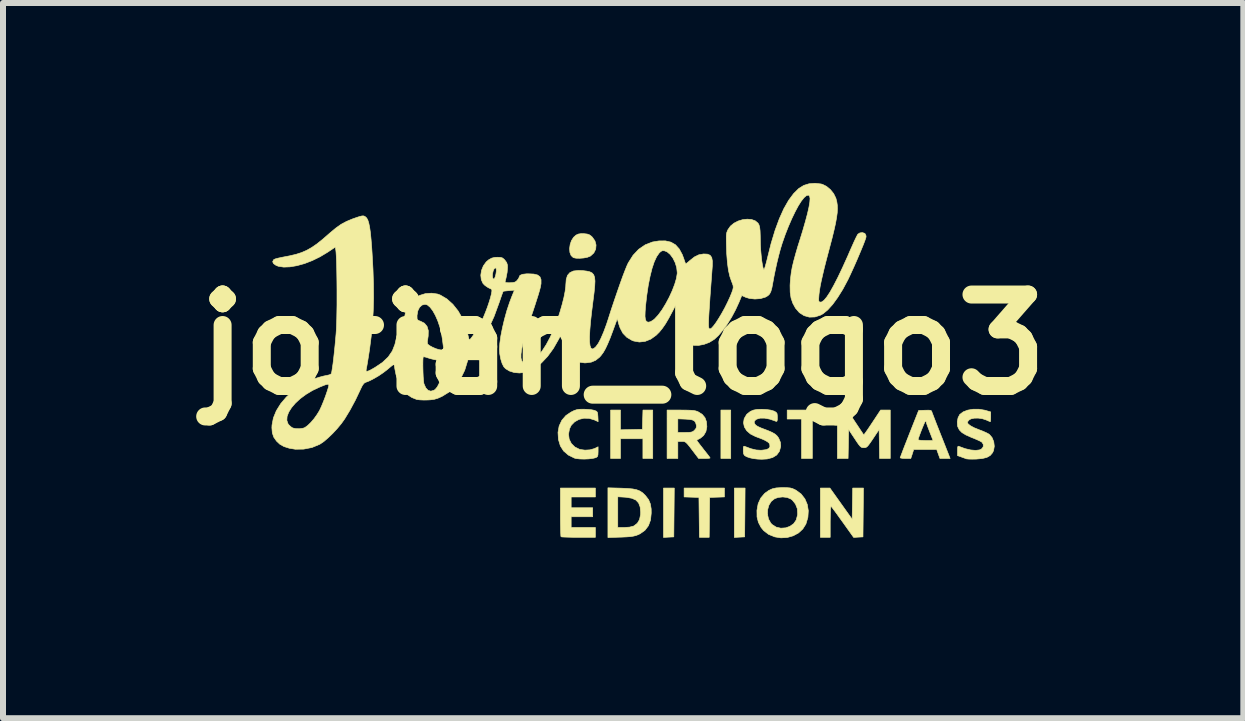
<source format=kicad_pcb>
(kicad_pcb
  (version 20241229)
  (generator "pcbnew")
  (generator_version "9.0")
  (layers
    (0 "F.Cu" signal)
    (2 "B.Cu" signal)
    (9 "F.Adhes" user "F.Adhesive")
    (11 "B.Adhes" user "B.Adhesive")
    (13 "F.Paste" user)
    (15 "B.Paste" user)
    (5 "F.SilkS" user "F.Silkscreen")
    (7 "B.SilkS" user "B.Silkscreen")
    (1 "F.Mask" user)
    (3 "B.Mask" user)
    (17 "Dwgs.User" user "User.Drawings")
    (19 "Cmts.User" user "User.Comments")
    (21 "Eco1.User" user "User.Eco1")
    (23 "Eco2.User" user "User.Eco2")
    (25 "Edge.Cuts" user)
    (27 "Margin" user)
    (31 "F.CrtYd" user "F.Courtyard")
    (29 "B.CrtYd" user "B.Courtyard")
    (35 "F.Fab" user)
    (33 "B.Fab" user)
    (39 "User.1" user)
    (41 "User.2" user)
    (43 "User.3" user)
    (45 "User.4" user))
  (footprint "jorian_logo3"
    (layer "F.Cu")
    (at 7.337 2.694)
    (property "Reference" "jorian_logo3" (at 0 0 0) (layer "F.SilkS") (effects (font (size 1.524 1.524) (thickness 0.3))))
    (attr through_hole)
    (fp_poly (pts (xy 1.793 1.898) (xy 1.629 1.898) (xy 1.629 1.091) (xy 1.793 1.091) (xy 1.793 1.898)) (stroke (width 0.01) (type solid)) (fill yes) (layer "F.SilkS"))
    (fp_poly (pts (xy 0.848 2.798) (xy 0.844 3.205) (xy 0.758 3.209) (xy 0.672 3.214) (xy 0.672 2.391) (xy 0.852 2.391) (xy 0.848 2.798)) (stroke (width 0.01) (type solid)) (fill yes) (layer "F.SilkS"))
    (fp_poly (pts (xy 2.029 2.798) (xy 2.025 3.205) (xy 1.939 3.209) (xy 1.853 3.214) (xy 1.853 2.391) (xy 2.032 2.391) (xy 2.029 2.798)) (stroke (width 0.01) (type solid)) (fill yes) (layer "F.SilkS"))
    (fp_poly (pts (xy 3.407 1.24) (xy 3.153 1.24) (xy 3.153 1.898) (xy 2.973 1.898) (xy 2.973 1.24) (xy 2.734 1.24) (xy 2.734 1.091) (xy 3.407 1.091) (xy 3.407 1.24)) (stroke (width 0.01) (type solid)) (fill yes) (layer "F.SilkS"))
    (fp_poly (pts (xy 1.688 2.539) (xy 1.442 2.547) (xy 1.434 3.212) (xy 1.271 3.212) (xy 1.263 2.547) (xy 1.139 2.543) (xy 1.016 2.539) (xy 1.016 2.391) (xy 1.688 2.391) (xy 1.688 2.539)) (stroke (width 0.01) (type solid)) (fill yes) (layer "F.SilkS"))
    (fp_poly (pts (xy -0.045 1.42) (xy 0.138 1.416) (xy 0.321 1.412) (xy 0.325 1.251) (xy 0.33 1.091) (xy 0.493 1.091) (xy 0.493 1.898) (xy 0.329 1.898) (xy 0.329 1.569) (xy -0.045 1.569) (xy -0.045 1.898) (xy -0.209 1.898) (xy -0.209 1.091) (xy -0.045 1.091) (xy -0.045 1.42)) (stroke (width 0.01) (type solid)) (fill yes) (layer "F.SilkS"))
    (fp_poly (pts (xy 3.817 2.911) (xy 3.826 2.391) (xy 4.005 2.391) (xy 4.001 2.798) (xy 3.997 3.205) (xy 3.919 3.209) (xy 3.842 3.214) (xy 3.66 2.959) (xy 3.605 2.883) (xy 3.556 2.814) (xy 3.514 2.758) (xy 3.484 2.718) (xy 3.467 2.698) (xy 3.465 2.696) (xy 3.46 2.707) (xy 3.456 2.745) (xy 3.454 2.804) (xy 3.452 2.882) (xy 3.451 2.95) (xy 3.451 3.212) (xy 3.287 3.212) (xy 3.287 2.391) (xy 3.446 2.391) (xy 3.817 2.911)) (stroke (width 0.01) (type solid)) (fill yes) (layer "F.SilkS"))
    (fp_poly (pts (xy -0.463 2.54) (xy -0.867 2.54) (xy -0.867 2.719) (xy -0.508 2.719) (xy -0.508 2.869) (xy -0.867 2.869) (xy -0.867 3.048) (xy -0.463 3.048) (xy -0.463 3.212) (xy -0.745 3.212) (xy -0.833 3.212) (xy -0.912 3.21) (xy -0.975 3.208) (xy -1.018 3.206) (xy -1.036 3.202) (xy -1.036 3.202) (xy -1.039 3.185) (xy -1.041 3.142) (xy -1.043 3.078) (xy -1.045 2.995) (xy -1.046 2.898) (xy -1.046 2.792) (xy -1.046 2.391) (xy -0.463 2.391) (xy -0.463 2.54)) (stroke (width 0.01) (type solid)) (fill yes) (layer "F.SilkS"))
    (fp_poly (pts (xy -0.653 -1.849) (xy -0.599 -1.843) (xy -0.562 -1.83) (xy -0.529 -1.806) (xy -0.513 -1.79) (xy -0.47 -1.728) (xy -0.452 -1.66) (xy -0.458 -1.591) (xy -0.489 -1.528) (xy -0.542 -1.479) (xy -0.55 -1.474) (xy -0.596 -1.456) (xy -0.657 -1.444) (xy -0.724 -1.439) (xy -0.784 -1.44) (xy -0.828 -1.449) (xy -0.832 -1.451) (xy -0.868 -1.485) (xy -0.888 -1.537) (xy -0.893 -1.6) (xy -0.884 -1.667) (xy -0.862 -1.733) (xy -0.827 -1.788) (xy -0.786 -1.825) (xy -0.747 -1.843) (xy -0.7 -1.85) (xy -0.653 -1.849)) (stroke (width 0.01) (type solid)) (fill yes) (layer "F.SilkS"))
    (fp_poly (pts (xy 3.87 1.295) (xy 3.916 1.364) (xy 3.955 1.423) (xy 3.986 1.469) (xy 4.005 1.498) (xy 4.01 1.505) (xy 4.019 1.495) (xy 4.042 1.463) (xy 4.076 1.415) (xy 4.117 1.354) (xy 4.153 1.3) (xy 4.291 1.091) (xy 4.452 1.091) (xy 4.452 1.898) (xy 4.274 1.898) (xy 4.27 1.656) (xy 4.266 1.415) (xy 4.165 1.567) (xy 4.122 1.63) (xy 4.091 1.673) (xy 4.068 1.699) (xy 4.048 1.713) (xy 4.028 1.718) (xy 4.012 1.718) (xy 3.989 1.717) (xy 3.969 1.71) (xy 3.949 1.693) (xy 3.924 1.663) (xy 3.89 1.614) (xy 3.859 1.567) (xy 3.758 1.415) (xy 3.754 1.656) (xy 3.749 1.898) (xy 3.571 1.898) (xy 3.571 1.091) (xy 3.736 1.091) (xy 3.87 1.295)) (stroke (width 0.01) (type solid)) (fill yes) (layer "F.SilkS"))
    (fp_poly (pts (xy -0.034 2.393) (xy 0.076 2.398) (xy 0.161 2.406) (xy 0.227 2.42) (xy 0.28 2.441) (xy 0.325 2.471) (xy 0.367 2.512) (xy 0.375 2.521) (xy 0.424 2.585) (xy 0.453 2.655) (xy 0.467 2.739) (xy 0.468 2.809) (xy 0.456 2.924) (xy 0.421 3.019) (xy 0.363 3.095) (xy 0.283 3.152) (xy 0.25 3.168) (xy 0.213 3.182) (xy 0.172 3.192) (xy 0.123 3.2) (xy 0.057 3.205) (xy -0.031 3.209) (xy -0.041 3.209) (xy -0.254 3.216) (xy -0.254 3.048) (xy -0.09 3.048) (xy 0.019 3.048) (xy 0.107 3.042) (xy 0.171 3.026) (xy 0.179 3.022) (xy 0.236 2.978) (xy 0.273 2.916) (xy 0.29 2.833) (xy 0.291 2.794) (xy 0.283 2.706) (xy 0.257 2.639) (xy 0.212 2.591) (xy 0.144 2.561) (xy 0.052 2.545) (xy 0.027 2.543) (xy -0.09 2.536) (xy -0.09 3.048) (xy -0.254 3.048) (xy -0.254 2.387) (xy -0.034 2.393)) (stroke (width 0.01) (type solid)) (fill yes) (layer "F.SilkS"))
    (fp_poly (pts (xy -0.652 1.077) (xy -0.587 1.08) (xy -0.527 1.086) (xy -0.483 1.095) (xy -0.478 1.097) (xy -0.448 1.109) (xy -0.432 1.125) (xy -0.425 1.153) (xy -0.421 1.2) (xy -0.417 1.284) (xy -0.481 1.255) (xy -0.568 1.229) (xy -0.655 1.227) (xy -0.737 1.247) (xy -0.809 1.287) (xy -0.865 1.344) (xy -0.894 1.403) (xy -0.911 1.492) (xy -0.9 1.576) (xy -0.864 1.649) (xy -0.805 1.707) (xy -0.726 1.746) (xy -0.713 1.749) (xy -0.636 1.759) (xy -0.553 1.754) (xy -0.479 1.733) (xy -0.464 1.726) (xy -0.418 1.703) (xy -0.418 1.785) (xy -0.42 1.834) (xy -0.426 1.861) (xy -0.441 1.876) (xy -0.459 1.885) (xy -0.508 1.897) (xy -0.575 1.905) (xy -0.65 1.908) (xy -0.723 1.906) (xy -0.784 1.899) (xy -0.811 1.892) (xy -0.914 1.841) (xy -0.993 1.773) (xy -1.047 1.688) (xy -1.078 1.585) (xy -1.079 1.581) (xy -1.086 1.464) (xy -1.067 1.356) (xy -1.022 1.261) (xy -0.954 1.182) (xy -0.869 1.125) (xy -0.817 1.099) (xy -0.774 1.085) (xy -0.729 1.078) (xy -0.668 1.077) (xy -0.652 1.077)) (stroke (width 0.01) (type solid)) (fill yes) (layer "F.SilkS"))
    (fp_poly (pts (xy 5.12 1.095) (xy 5.137 1.103) (xy 5.144 1.116) (xy 5.151 1.137) (xy 5.168 1.181) (xy 5.193 1.246) (xy 5.224 1.326) (xy 5.261 1.419) (xy 5.3 1.519) (xy 5.301 1.52) (xy 5.45 1.898) (xy 5.28 1.898) (xy 5.253 1.823) (xy 5.226 1.748) (xy 4.843 1.748) (xy 4.819 1.823) (xy 4.794 1.898) (xy 4.705 1.898) (xy 4.658 1.896) (xy 4.627 1.891) (xy 4.617 1.886) (xy 4.623 1.87) (xy 4.638 1.83) (xy 4.661 1.769) (xy 4.691 1.691) (xy 4.727 1.6) (xy 4.733 1.585) (xy 4.916 1.585) (xy 4.929 1.591) (xy 4.966 1.596) (xy 5.019 1.598) (xy 5.041 1.599) (xy 5.166 1.599) (xy 5.109 1.453) (xy 5.085 1.39) (xy 5.065 1.337) (xy 5.053 1.299) (xy 5.051 1.286) (xy 5.044 1.273) (xy 5.037 1.278) (xy 5.026 1.297) (xy 5.008 1.337) (xy 4.986 1.39) (xy 4.963 1.448) (xy 4.942 1.504) (xy 4.925 1.551) (xy 4.916 1.58) (xy 4.916 1.585) (xy 4.733 1.585) (xy 4.766 1.5) (xy 4.771 1.487) (xy 4.925 1.098) (xy 5.03 1.094) (xy 5.087 1.093) (xy 5.12 1.095)) (stroke (width 0.01) (type solid)) (fill yes) (layer "F.SilkS"))
    (fp_poly (pts (xy 2.735 2.385) (xy 2.783 2.389) (xy 2.822 2.399) (xy 2.861 2.417) (xy 2.882 2.428) (xy 2.966 2.49) (xy 3.029 2.571) (xy 3.069 2.665) (xy 3.086 2.769) (xy 3.079 2.879) (xy 3.046 2.99) (xy 3.045 2.992) (xy 2.994 3.073) (xy 2.923 3.139) (xy 2.834 3.187) (xy 2.735 3.215) (xy 2.63 3.221) (xy 2.528 3.205) (xy 2.424 3.163) (xy 2.342 3.1) (xy 2.298 3.046) (xy 2.254 2.962) (xy 2.231 2.871) (xy 2.231 2.831) (xy 2.406 2.831) (xy 2.423 2.908) (xy 2.46 2.975) (xy 2.484 3) (xy 2.55 3.042) (xy 2.628 3.06) (xy 2.711 3.054) (xy 2.779 3.029) (xy 2.842 2.985) (xy 2.884 2.924) (xy 2.906 2.842) (xy 2.908 2.821) (xy 2.903 2.735) (xy 2.872 2.657) (xy 2.821 2.593) (xy 2.796 2.574) (xy 2.735 2.548) (xy 2.66 2.539) (xy 2.585 2.547) (xy 2.525 2.568) (xy 2.468 2.613) (xy 2.429 2.677) (xy 2.408 2.752) (xy 2.406 2.831) (xy 2.231 2.831) (xy 2.23 2.766) (xy 2.23 2.763) (xy 2.25 2.652) (xy 2.293 2.558) (xy 2.357 2.482) (xy 2.368 2.473) (xy 2.427 2.431) (xy 2.485 2.404) (xy 2.55 2.389) (xy 2.632 2.384) (xy 2.667 2.383) (xy 2.735 2.385)) (stroke (width 0.01) (type solid)) (fill yes) (layer "F.SilkS"))
    (fp_poly (pts (xy 0.96 1.091) (xy 1.053 1.092) (xy 1.121 1.094) (xy 1.171 1.098) (xy 1.209 1.105) (xy 1.238 1.115) (xy 1.248 1.119) (xy 1.318 1.163) (xy 1.364 1.219) (xy 1.388 1.285) (xy 1.395 1.371) (xy 1.379 1.45) (xy 1.341 1.515) (xy 1.285 1.561) (xy 1.281 1.563) (xy 1.248 1.58) (xy 1.228 1.592) (xy 1.227 1.593) (xy 1.233 1.606) (xy 1.256 1.637) (xy 1.29 1.682) (xy 1.333 1.736) (xy 1.335 1.74) (xy 1.379 1.795) (xy 1.415 1.841) (xy 1.44 1.874) (xy 1.449 1.889) (xy 1.449 1.889) (xy 1.436 1.894) (xy 1.4 1.897) (xy 1.354 1.898) (xy 1.258 1.898) (xy 1.15 1.756) (xy 1.104 1.696) (xy 1.071 1.656) (xy 1.046 1.631) (xy 1.025 1.619) (xy 1.003 1.614) (xy 0.977 1.614) (xy 0.911 1.614) (xy 0.911 1.898) (xy 0.732 1.898) (xy 0.732 1.464) (xy 0.911 1.464) (xy 1.032 1.464) (xy 1.093 1.463) (xy 1.133 1.459) (xy 1.16 1.45) (xy 1.182 1.434) (xy 1.19 1.426) (xy 1.216 1.393) (xy 1.222 1.359) (xy 1.219 1.34) (xy 1.207 1.299) (xy 1.187 1.272) (xy 1.152 1.255) (xy 1.098 1.246) (xy 1.038 1.242) (xy 0.911 1.237) (xy 0.911 1.464) (xy 0.732 1.464) (xy 0.732 1.091) (xy 0.96 1.091)) (stroke (width 0.01) (type solid)) (fill yes) (layer "F.SilkS"))
    (fp_poly (pts (xy 2.388 1.082) (xy 2.46 1.092) (xy 2.514 1.108) (xy 2.521 1.111) (xy 2.55 1.129) (xy 2.565 1.149) (xy 2.569 1.183) (xy 2.57 1.212) (xy 2.569 1.256) (xy 2.563 1.277) (xy 2.551 1.28) (xy 2.544 1.277) (xy 2.447 1.243) (xy 2.358 1.226) (xy 2.282 1.226) (xy 2.224 1.243) (xy 2.21 1.253) (xy 2.186 1.277) (xy 2.185 1.301) (xy 2.192 1.319) (xy 2.209 1.342) (xy 2.243 1.364) (xy 2.297 1.389) (xy 2.334 1.403) (xy 2.42 1.436) (xy 2.484 1.464) (xy 2.529 1.49) (xy 2.561 1.517) (xy 2.585 1.548) (xy 2.597 1.57) (xy 2.621 1.629) (xy 2.626 1.686) (xy 2.625 1.701) (xy 2.604 1.779) (xy 2.559 1.84) (xy 2.491 1.882) (xy 2.4 1.906) (xy 2.309 1.911) (xy 2.24 1.908) (xy 2.171 1.9) (xy 2.117 1.888) (xy 2.114 1.888) (xy 2.057 1.868) (xy 2.024 1.848) (xy 2.007 1.821) (xy 2.002 1.779) (xy 2.002 1.76) (xy 2.003 1.716) (xy 2.009 1.696) (xy 2.021 1.694) (xy 2.028 1.697) (xy 2.129 1.735) (xy 2.215 1.756) (xy 2.295 1.761) (xy 2.312 1.76) (xy 2.383 1.751) (xy 2.427 1.732) (xy 2.446 1.703) (xy 2.444 1.666) (xy 2.432 1.642) (xy 2.405 1.619) (xy 2.361 1.594) (xy 2.294 1.565) (xy 2.206 1.532) (xy 2.122 1.49) (xy 2.059 1.435) (xy 2.02 1.372) (xy 2.006 1.304) (xy 2.017 1.234) (xy 2.057 1.166) (xy 2.062 1.16) (xy 2.121 1.113) (xy 2.174 1.091) (xy 2.235 1.08) (xy 2.31 1.078) (xy 2.388 1.082)) (stroke (width 0.01) (type solid)) (fill yes) (layer "F.SilkS"))
    (fp_poly (pts (xy 5.93 1.077) (xy 6.027 1.093) (xy 6.048 1.099) (xy 6.126 1.122) (xy 6.126 1.203) (xy 6.125 1.248) (xy 6.122 1.278) (xy 6.12 1.285) (xy 6.104 1.279) (xy 6.071 1.265) (xy 6.049 1.255) (xy 5.987 1.235) (xy 5.918 1.225) (xy 5.852 1.226) (xy 5.797 1.238) (xy 5.767 1.255) (xy 5.745 1.281) (xy 5.737 1.297) (xy 5.751 1.323) (xy 5.791 1.354) (xy 5.853 1.387) (xy 5.935 1.42) (xy 5.935 1.42) (xy 5.998 1.444) (xy 6.054 1.469) (xy 6.095 1.491) (xy 6.105 1.498) (xy 6.149 1.55) (xy 6.177 1.619) (xy 6.186 1.694) (xy 6.174 1.765) (xy 6.157 1.802) (xy 6.118 1.848) (xy 6.062 1.88) (xy 5.985 1.899) (xy 5.884 1.908) (xy 5.879 1.908) (xy 5.817 1.909) (xy 5.764 1.908) (xy 5.73 1.905) (xy 5.722 1.904) (xy 5.695 1.894) (xy 5.653 1.879) (xy 5.637 1.873) (xy 5.573 1.85) (xy 5.573 1.768) (xy 5.574 1.721) (xy 5.579 1.698) (xy 5.589 1.693) (xy 5.599 1.697) (xy 5.699 1.734) (xy 5.793 1.756) (xy 5.875 1.763) (xy 5.94 1.755) (xy 5.973 1.74) (xy 6.001 1.705) (xy 6.003 1.665) (xy 5.982 1.629) (xy 5.974 1.623) (xy 5.946 1.607) (xy 5.898 1.585) (xy 5.839 1.56) (xy 5.805 1.547) (xy 5.713 1.506) (xy 5.647 1.466) (xy 5.603 1.421) (xy 5.578 1.37) (xy 5.573 1.354) (xy 5.569 1.286) (xy 5.582 1.219) (xy 5.61 1.165) (xy 5.613 1.162) (xy 5.668 1.121) (xy 5.743 1.092) (xy 5.833 1.077) (xy 5.93 1.077)) (stroke (width 0.01) (type solid)) (fill yes) (layer "F.SilkS"))
    (fp_poly (pts (xy 3.297 -2.678) (xy 3.323 -2.671) (xy 3.389 -2.638) (xy 3.454 -2.584) (xy 3.508 -2.517) (xy 3.544 -2.444) (xy 3.547 -2.435) (xy 3.561 -2.381) (xy 3.569 -2.326) (xy 3.571 -2.266) (xy 3.568 -2.197) (xy 3.557 -2.117) (xy 3.54 -2.022) (xy 3.515 -1.909) (xy 3.482 -1.774) (xy 3.44 -1.615) (xy 3.432 -1.584) (xy 3.388 -1.418) (xy 3.352 -1.277) (xy 3.324 -1.158) (xy 3.301 -1.057) (xy 3.284 -0.973) (xy 3.272 -0.9) (xy 3.264 -0.836) (xy 3.263 -0.823) (xy 3.259 -0.767) (xy 3.259 -0.734) (xy 3.266 -0.716) (xy 3.278 -0.708) (xy 3.309 -0.711) (xy 3.348 -0.739) (xy 3.394 -0.794) (xy 3.448 -0.876) (xy 3.509 -0.985) (xy 3.579 -1.121) (xy 3.657 -1.285) (xy 3.744 -1.477) (xy 3.78 -1.561) (xy 3.817 -1.644) (xy 3.85 -1.718) (xy 3.879 -1.779) (xy 3.901 -1.822) (xy 3.912 -1.841) (xy 3.946 -1.862) (xy 3.988 -1.867) (xy 4.025 -1.855) (xy 4.031 -1.85) (xy 4.046 -1.821) (xy 4.049 -1.798) (xy 4.043 -1.774) (xy 4.027 -1.728) (xy 4.002 -1.663) (xy 3.97 -1.585) (xy 3.933 -1.497) (xy 3.894 -1.405) (xy 3.853 -1.312) (xy 3.813 -1.224) (xy 3.776 -1.144) (xy 3.747 -1.083) (xy 3.662 -0.924) (xy 3.576 -0.786) (xy 3.492 -0.67) (xy 3.41 -0.579) (xy 3.332 -0.515) (xy 3.291 -0.492) (xy 3.197 -0.461) (xy 3.103 -0.458) (xy 3.015 -0.483) (xy 2.937 -0.533) (xy 2.873 -0.607) (xy 2.872 -0.608) (xy 2.827 -0.691) (xy 2.798 -0.777) (xy 2.784 -0.873) (xy 2.782 -0.987) (xy 2.784 -1.023) (xy 2.791 -1.113) (xy 2.802 -1.201) (xy 2.818 -1.291) (xy 2.842 -1.391) (xy 2.873 -1.505) (xy 2.912 -1.639) (xy 2.936 -1.714) (xy 2.993 -1.898) (xy 3.038 -2.054) (xy 3.073 -2.186) (xy 3.097 -2.292) (xy 3.111 -2.375) (xy 3.115 -2.435) (xy 3.108 -2.474) (xy 3.091 -2.491) (xy 3.088 -2.492) (xy 3.055 -2.484) (xy 3.015 -2.45) (xy 2.969 -2.392) (xy 2.919 -2.313) (xy 2.866 -2.214) (xy 2.811 -2.1) (xy 2.755 -1.971) (xy 2.7 -1.831) (xy 2.648 -1.682) (xy 2.648 -1.681) (xy 2.622 -1.597) (xy 2.594 -1.492) (xy 2.565 -1.375) (xy 2.538 -1.253) (xy 2.514 -1.136) (xy 2.495 -1.032) (xy 2.495 -1.031) (xy 2.479 -0.946) (xy 2.462 -0.886) (xy 2.441 -0.844) (xy 2.412 -0.815) (xy 2.374 -0.793) (xy 2.37 -0.791) (xy 2.288 -0.767) (xy 2.195 -0.76) (xy 2.104 -0.77) (xy 2.044 -0.788) (xy 1.977 -0.818) (xy 1.93 -0.704) (xy 1.873 -0.58) (xy 1.808 -0.458) (xy 1.736 -0.342) (xy 1.661 -0.239) (xy 1.588 -0.152) (xy 1.52 -0.089) (xy 1.517 -0.087) (xy 1.436 -0.037) (xy 1.347 -0.004) (xy 1.258 0.013) (xy 1.176 0.012) (xy 1.106 -0.008) (xy 1.095 -0.014) (xy 1.038 -0.061) (xy 0.994 -0.127) (xy 0.961 -0.212) (xy 0.94 -0.321) (xy 0.928 -0.455) (xy 0.926 -0.553) (xy 0.926 -0.755) (xy 0.824 -0.559) (xy 0.761 -0.441) (xy 0.706 -0.347) (xy 0.654 -0.272) (xy 0.604 -0.21) (xy 0.551 -0.157) (xy 0.551 -0.157) (xy 0.461 -0.092) (xy 0.366 -0.054) (xy 0.27 -0.043) (xy 0.176 -0.06) (xy 0.147 -0.071) (xy 0.061 -0.122) (xy -0.004 -0.189) (xy -0.051 -0.277) (xy -0.074 -0.344) (xy -0.098 -0.433) (xy -0.17 -0.235) (xy -0.217 -0.11) (xy -0.259 -0.01) (xy -0.296 0.069) (xy -0.331 0.13) (xy -0.367 0.179) (xy -0.392 0.208) (xy -0.458 0.261) (xy -0.531 0.292) (xy -0.619 0.304) (xy -0.642 0.305) (xy -0.737 0.291) (xy -0.82 0.25) (xy -0.89 0.183) (xy -0.947 0.09) (xy -0.991 -0.028) (xy -1.006 -0.092) (xy -1.026 -0.187) (xy -1.075 -0.09) (xy -1.163 0.064) (xy -1.259 0.196) (xy -1.362 0.305) (xy -1.469 0.388) (xy -1.579 0.444) (xy -1.64 0.463) (xy -1.729 0.473) (xy -1.817 0.465) (xy -1.896 0.44) (xy -1.96 0.401) (xy -1.99 0.369) (xy -2.018 0.313) (xy -2.041 0.239) (xy -2.057 0.155) (xy -2.062 0.081) (xy -2.056 -0.021) (xy -2.039 -0.144) (xy -2.012 -0.281) (xy -1.978 -0.424) (xy -1.938 -0.568) (xy -1.892 -0.706) (xy -1.856 -0.801) (xy -1.812 -0.908) (xy -1.904 -0.9) (xy -1.952 -0.895) (xy -1.988 -0.891) (xy -2.001 -0.887) (xy -2.007 -0.872) (xy -2.021 -0.834) (xy -2.041 -0.777) (xy -2.064 -0.709) (xy -2.073 -0.684) (xy -2.151 -0.471) (xy -2.235 -0.286) (xy -2.324 -0.128) (xy -2.42 0.003) (xy -2.484 0.073) (xy -2.527 0.117) (xy -2.554 0.154) (xy -2.573 0.195) (xy -2.588 0.252) (xy -2.592 0.267) (xy -2.641 0.427) (xy -2.71 0.569) (xy -2.797 0.691) (xy -2.901 0.79) (xy -3.021 0.864) (xy -3.026 0.866) (xy -3.089 0.894) (xy -3.146 0.911) (xy -3.21 0.92) (xy -3.257 0.923) (xy -3.325 0.924) (xy -3.389 0.921) (xy -3.438 0.915) (xy -3.445 0.913) (xy -3.524 0.881) (xy -3.601 0.83) (xy -3.665 0.77) (xy -3.683 0.747) (xy -3.722 0.678) (xy -3.758 0.59) (xy -3.787 0.498) (xy -3.804 0.412) (xy -3.805 0.41) (xy -3.811 0.366) (xy -3.819 0.336) (xy -3.823 0.329) (xy -3.838 0.339) (xy -3.869 0.363) (xy -3.912 0.399) (xy -3.937 0.42) (xy -4.001 0.469) (xy -4.076 0.52) (xy -4.155 0.566) (xy -4.229 0.604) (xy -4.29 0.628) (xy -4.299 0.631) (xy -4.322 0.647) (xy -4.349 0.685) (xy -4.38 0.748) (xy -4.38 0.749) (xy -4.463 0.924) (xy -4.555 1.095) (xy -4.643 1.24) (xy -4.698 1.317) (xy -4.766 1.399) (xy -4.841 1.48) (xy -4.917 1.553) (xy -4.989 1.615) (xy -5.051 1.657) (xy -5.059 1.662) (xy -5.187 1.715) (xy -5.325 1.742) (xy -5.464 1.744) (xy -5.566 1.727) (xy -5.654 1.699) (xy -5.723 1.66) (xy -5.778 1.608) (xy -5.823 1.544) (xy -5.848 1.472) (xy -5.855 1.386) (xy -5.853 1.342) (xy -5.838 1.263) (xy -5.606 1.263) (xy -5.586 1.32) (xy -5.571 1.339) (xy -5.538 1.37) (xy -5.507 1.39) (xy -5.506 1.39) (xy -5.455 1.401) (xy -5.392 1.402) (xy -5.333 1.393) (xy -5.306 1.383) (xy -5.26 1.35) (xy -5.207 1.299) (xy -5.152 1.235) (xy -5.102 1.165) (xy -5.061 1.098) (xy -5.058 1.092) (xy -5.028 1.027) (xy -4.995 0.947) (xy -4.962 0.861) (xy -4.934 0.779) (xy -4.913 0.712) (xy -4.91 0.699) (xy -4.906 0.675) (xy -4.911 0.662) (xy -4.929 0.661) (xy -4.964 0.67) (xy -5.02 0.692) (xy -5.061 0.709) (xy -5.178 0.764) (xy -5.286 0.829) (xy -5.382 0.9) (xy -5.463 0.975) (xy -5.528 1.051) (xy -5.575 1.126) (xy -5.602 1.198) (xy -5.606 1.263) (xy -5.838 1.263) (xy -5.83 1.222) (xy -5.781 1.102) (xy -5.708 0.985) (xy -5.614 0.874) (xy -5.502 0.771) (xy -5.375 0.681) (xy -5.236 0.607) (xy -5.132 0.565) (xy -5.066 0.544) (xy -5.001 0.526) (xy -4.949 0.515) (xy -4.943 0.514) (xy -4.898 0.504) (xy -4.869 0.489) (xy -4.864 0.483) (xy -4.857 0.453) (xy -4.848 0.397) (xy -4.837 0.322) (xy -4.826 0.232) (xy -4.815 0.131) (xy -4.804 0.025) (xy -4.794 -0.082) (xy -4.785 -0.185) (xy -4.78 -0.258) (xy -4.777 -0.333) (xy -4.774 -0.427) (xy -4.772 -0.538) (xy -4.77 -0.659) (xy -4.77 -0.788) (xy -4.77 -0.92) (xy -4.771 -1.051) (xy -4.773 -1.176) (xy -4.775 -1.293) (xy -4.778 -1.395) (xy -4.782 -1.48) (xy -4.786 -1.543) (xy -4.79 -1.578) (xy -4.799 -1.625) (xy -4.928 -1.539) (xy -5.053 -1.464) (xy -5.182 -1.401) (xy -5.311 -1.351) (xy -5.437 -1.316) (xy -5.554 -1.296) (xy -5.659 -1.292) (xy -5.748 -1.306) (xy -5.786 -1.321) (xy -5.827 -1.35) (xy -5.842 -1.381) (xy -5.828 -1.412) (xy -5.821 -1.418) (xy -5.797 -1.429) (xy -5.753 -1.441) (xy -5.696 -1.453) (xy -5.683 -1.456) (xy -5.558 -1.48) (xy -5.452 -1.505) (xy -5.359 -1.535) (xy -5.274 -1.572) (xy -5.191 -1.619) (xy -5.104 -1.679) (xy -5.009 -1.755) (xy -4.9 -1.85) (xy -4.885 -1.863) (xy -4.79 -1.942) (xy -4.703 -2.004) (xy -4.614 -2.052) (xy -4.514 -2.094) (xy -4.457 -2.114) (xy -4.397 -2.134) (xy -4.357 -2.144) (xy -4.332 -2.146) (xy -4.312 -2.14) (xy -4.297 -2.131) (xy -4.275 -2.11) (xy -4.256 -2.076) (xy -4.24 -2.025) (xy -4.226 -1.957) (xy -4.213 -1.867) (xy -4.202 -1.754) (xy -4.191 -1.615) (xy -4.185 -1.524) (xy -4.17 -1.254) (xy -4.162 -1.007) (xy -4.16 -0.777) (xy -4.166 -0.559) (xy -4.179 -0.347) (xy -4.2 -0.135) (xy -4.228 0.083) (xy -4.245 0.194) (xy -4.257 0.268) (xy -4.268 0.334) (xy -4.277 0.385) (xy -4.283 0.414) (xy -4.283 0.414) (xy -4.285 0.437) (xy -4.274 0.446) (xy -4.248 0.44) (xy -4.203 0.419) (xy -4.137 0.381) (xy -4.053 0.325) (xy -3.339 0.325) (xy -3.338 0.394) (xy -3.336 0.467) (xy -3.333 0.537) (xy -3.328 0.597) (xy -3.323 0.641) (xy -3.32 0.654) (xy -3.29 0.721) (xy -3.252 0.762) (xy -3.206 0.776) (xy -3.156 0.762) (xy -3.134 0.748) (xy -3.098 0.705) (xy -3.063 0.637) (xy -3.033 0.55) (xy -3.01 0.453) (xy -2.996 0.378) (xy -2.989 0.327) (xy -2.991 0.296) (xy -3.004 0.278) (xy -3.029 0.269) (xy -3.069 0.263) (xy -3.074 0.263) (xy -3.141 0.251) (xy -3.213 0.234) (xy -3.242 0.225) (xy -3.287 0.21) (xy -3.32 0.203) (xy -3.331 0.203) (xy -3.336 0.223) (xy -3.338 0.265) (xy -3.339 0.325) (xy -4.053 0.325) (xy -4.012 0.297) (xy -3.916 0.206) (xy -3.847 0.105) (xy -3.804 -0.005) (xy -3.795 -0.045) (xy -3.773 -0.142) (xy -3.743 -0.22) (xy -3.703 -0.286) (xy -3.696 -0.296) (xy -3.671 -0.337) (xy -3.655 -0.389) (xy -3.645 -0.456) (xy -3.641 -0.472) (xy -3.436 -0.472) (xy -3.435 -0.431) (xy -3.424 -0.41) (xy -3.396 -0.396) (xy -3.378 -0.39) (xy -3.313 -0.357) (xy -3.269 -0.304) (xy -3.248 -0.233) (xy -3.25 -0.143) (xy -3.255 -0.109) (xy -3.264 -0.053) (xy -3.262 -0.018) (xy -3.256 -0.006) (xy -3.225 0.018) (xy -3.177 0.044) (xy -3.121 0.068) (xy -3.068 0.084) (xy -3.036 0.089) (xy -3.002 0.087) (xy -2.991 0.076) (xy -2.994 0.049) (xy -3 0.011) (xy -3.007 -0.043) (xy -3.012 -0.082) (xy -3.029 -0.19) (xy -3.056 -0.296) (xy -3.09 -0.396) (xy -3.13 -0.487) (xy -3.173 -0.564) (xy -3.218 -0.623) (xy -3.263 -0.661) (xy -3.301 -0.672) (xy -3.353 -0.659) (xy -3.395 -0.62) (xy -3.423 -0.562) (xy -3.436 -0.487) (xy -3.436 -0.472) (xy -3.641 -0.472) (xy -3.621 -0.573) (xy -3.576 -0.668) (xy -3.509 -0.746) (xy -3.418 -0.807) (xy -3.392 -0.82) (xy -3.296 -0.85) (xy -3.193 -0.857) (xy -3.094 -0.843) (xy -3.048 -0.826) (xy -2.939 -0.762) (xy -2.839 -0.672) (xy -2.751 -0.561) (xy -2.677 -0.432) (xy -2.62 -0.288) (xy -2.592 -0.182) (xy -2.581 -0.132) (xy -2.571 -0.095) (xy -2.565 -0.08) (xy -2.553 -0.086) (xy -2.529 -0.114) (xy -2.498 -0.158) (xy -2.462 -0.212) (xy -2.425 -0.272) (xy -2.389 -0.333) (xy -2.364 -0.381) (xy -2.329 -0.456) (xy -2.295 -0.539) (xy -2.263 -0.623) (xy -2.235 -0.706) (xy -2.212 -0.781) (xy -2.196 -0.845) (xy -2.188 -0.893) (xy -2.19 -0.919) (xy -2.194 -0.923) (xy -2.25 -0.95) (xy -2.303 -0.986) (xy -2.336 -1.019) (xy -2.365 -1.083) (xy -2.371 -1.137) (xy -2.18 -1.137) (xy -2.176 -1.114) (xy -2.162 -1.092) (xy -2.146 -1.099) (xy -2.131 -1.135) (xy -2.121 -1.174) (xy -2.113 -1.23) (xy -2.116 -1.266) (xy -2.127 -1.28) (xy -2.147 -1.268) (xy -2.15 -1.264) (xy -2.166 -1.231) (xy -2.177 -1.183) (xy -2.18 -1.137) (xy -2.371 -1.137) (xy -2.373 -1.158) (xy -2.361 -1.237) (xy -2.33 -1.313) (xy -2.283 -1.378) (xy -2.241 -1.414) (xy -2.19 -1.442) (xy -2.139 -1.454) (xy -2.096 -1.456) (xy -2.045 -1.454) (xy -2.013 -1.445) (xy -1.986 -1.424) (xy -1.971 -1.407) (xy -1.942 -1.368) (xy -1.929 -1.326) (xy -1.928 -1.288) (xy -1.934 -1.205) (xy -1.952 -1.112) (xy -1.966 -1.057) (xy -1.967 -1.042) (xy -1.954 -1.034) (xy -1.92 -1.031) (xy -1.89 -1.031) (xy -1.837 -1.034) (xy -1.801 -1.043) (xy -1.773 -1.064) (xy -1.77 -1.068) (xy -1.745 -1.099) (xy -1.733 -1.125) (xy -1.733 -1.127) (xy -1.72 -1.154) (xy -1.678 -1.172) (xy -1.609 -1.18) (xy -1.58 -1.18) (xy -1.49 -1.176) (xy -1.426 -1.16) (xy -1.387 -1.13) (xy -1.369 -1.083) (xy -1.369 -1.016) (xy -1.381 -0.951) (xy -1.393 -0.906) (xy -1.413 -0.837) (xy -1.44 -0.752) (xy -1.471 -0.655) (xy -1.505 -0.552) (xy -1.525 -0.493) (xy -1.585 -0.314) (xy -1.632 -0.161) (xy -1.668 -0.032) (xy -1.691 0.074) (xy -1.703 0.158) (xy -1.703 0.223) (xy -1.691 0.269) (xy -1.669 0.299) (xy -1.635 0.312) (xy -1.615 0.314) (xy -1.555 0.3) (xy -1.489 0.259) (xy -1.421 0.193) (xy -1.351 0.106) (xy -1.282 -0.000359) (xy -1.216 -0.124) (xy -1.153 -0.262) (xy -1.099 -0.404) (xy -1.055 -0.538) (xy -1.018 -0.666) (xy -0.988 -0.784) (xy -0.968 -0.886) (xy -0.957 -0.969) (xy -0.956 -0.996) (xy -0.949 -1.087) (xy -0.928 -1.154) (xy -0.888 -1.2) (xy -0.829 -1.227) (xy -0.748 -1.236) (xy -0.671 -1.233) (xy -0.606 -1.225) (xy -0.555 -1.213) (xy -0.517 -1.194) (xy -0.491 -1.164) (xy -0.476 -1.12) (xy -0.47 -1.059) (xy -0.474 -0.978) (xy -0.484 -0.874) (xy -0.499 -0.755) (xy -0.524 -0.557) (xy -0.543 -0.388) (xy -0.555 -0.247) (xy -0.561 -0.133) (xy -0.56 -0.044) (xy -0.552 0.019) (xy -0.538 0.057) (xy -0.517 0.073) (xy -0.489 0.065) (xy -0.455 0.035) (xy -0.454 0.034) (xy -0.414 -0.021) (xy -0.371 -0.103) (xy -0.325 -0.21) (xy -0.277 -0.34) (xy -0.246 -0.434) (xy -0.234 -0.472) (xy 0.364 -0.472) (xy 0.37 -0.422) (xy 0.383 -0.392) (xy 0.404 -0.377) (xy 0.425 -0.374) (xy 0.461 -0.384) (xy 0.507 -0.414) (xy 0.525 -0.429) (xy 0.585 -0.494) (xy 0.648 -0.58) (xy 0.709 -0.68) (xy 0.767 -0.788) (xy 0.818 -0.899) (xy 0.859 -1.006) (xy 0.888 -1.104) (xy 0.901 -1.186) (xy 0.901 -1.203) (xy 0.892 -1.285) (xy 0.867 -1.366) (xy 0.83 -1.441) (xy 0.784 -1.503) (xy 0.733 -1.546) (xy 0.691 -1.563) (xy 0.656 -1.566) (xy 0.628 -1.553) (xy 0.599 -1.525) (xy 0.558 -1.466) (xy 0.518 -1.38) (xy 0.481 -1.269) (xy 0.448 -1.137) (xy 0.418 -0.986) (xy 0.393 -0.818) (xy 0.373 -0.642) (xy 0.366 -0.544) (xy 0.364 -0.472) (xy -0.234 -0.472) (xy -0.196 -0.591) (xy -0.145 -0.743) (xy -0.096 -0.886) (xy -0.05 -1.018) (xy -0.008 -1.135) (xy 0.03 -1.234) (xy 0.061 -1.311) (xy 0.085 -1.363) (xy 0.086 -1.364) (xy 0.165 -1.489) (xy 0.259 -1.589) (xy 0.367 -1.663) (xy 0.487 -1.71) (xy 0.594 -1.728) (xy 0.704 -1.729) (xy 0.796 -1.708) (xy 0.872 -1.664) (xy 0.934 -1.595) (xy 0.985 -1.501) (xy 1.01 -1.434) (xy 1.025 -1.389) (xy 1.037 -1.357) (xy 1.041 -1.346) (xy 1.053 -1.352) (xy 1.081 -1.374) (xy 1.114 -1.403) (xy 1.189 -1.462) (xy 1.261 -1.497) (xy 1.339 -1.511) (xy 1.404 -1.508) (xy 1.448 -1.49) (xy 1.476 -1.452) (xy 1.487 -1.393) (xy 1.486 -1.311) (xy 1.471 -1.108) (xy 1.458 -0.934) (xy 1.447 -0.785) (xy 1.439 -0.66) (xy 1.432 -0.557) (xy 1.427 -0.473) (xy 1.424 -0.407) (xy 1.423 -0.356) (xy 1.423 -0.319) (xy 1.425 -0.293) (xy 1.429 -0.276) (xy 1.434 -0.266) (xy 1.441 -0.262) (xy 1.449 -0.261) (xy 1.472 -0.274) (xy 1.506 -0.311) (xy 1.547 -0.366) (xy 1.593 -0.437) (xy 1.642 -0.519) (xy 1.692 -0.609) (xy 1.739 -0.703) (xy 1.78 -0.792) (xy 1.809 -0.863) (xy 1.827 -0.913) (xy 1.835 -0.952) (xy 1.832 -0.985) (xy 1.82 -1.021) (xy 1.809 -1.048) (xy 1.779 -1.133) (xy 1.755 -1.237) (xy 1.738 -1.362) (xy 1.726 -1.512) (xy 1.723 -1.593) (xy 1.72 -1.688) (xy 1.719 -1.757) (xy 1.719 -1.808) (xy 1.722 -1.844) (xy 1.728 -1.872) (xy 1.738 -1.897) (xy 1.746 -1.915) (xy 1.788 -1.975) (xy 1.847 -2.024) (xy 1.917 -2.06) (xy 1.993 -2.083) (xy 2.069 -2.091) (xy 2.141 -2.085) (xy 2.202 -2.063) (xy 2.248 -2.024) (xy 2.264 -1.996) (xy 2.275 -1.957) (xy 2.282 -1.898) (xy 2.285 -1.815) (xy 2.286 -1.745) (xy 2.288 -1.66) (xy 2.293 -1.57) (xy 2.301 -1.481) (xy 2.31 -1.399) (xy 2.321 -1.33) (xy 2.332 -1.279) (xy 2.344 -1.251) (xy 2.345 -1.25) (xy 2.352 -1.259) (xy 2.365 -1.293) (xy 2.38 -1.346) (xy 2.398 -1.414) (xy 2.405 -1.444) (xy 2.466 -1.687) (xy 2.532 -1.905) (xy 2.603 -2.098) (xy 2.678 -2.265) (xy 2.758 -2.405) (xy 2.841 -2.517) (xy 2.927 -2.602) (xy 3.011 -2.654) (xy 3.098 -2.681) (xy 3.198 -2.689) (xy 3.297 -2.678)) (stroke (width 0.01) (type solid)) (fill yes) (layer "F.SilkS")))
  (gr_rect
    (start -3 -3)
    (end 17.674 8.921)
    (stroke (width 0.1) (type default))
    (fill no)
    (layer "Edge.Cuts")))
</source>
